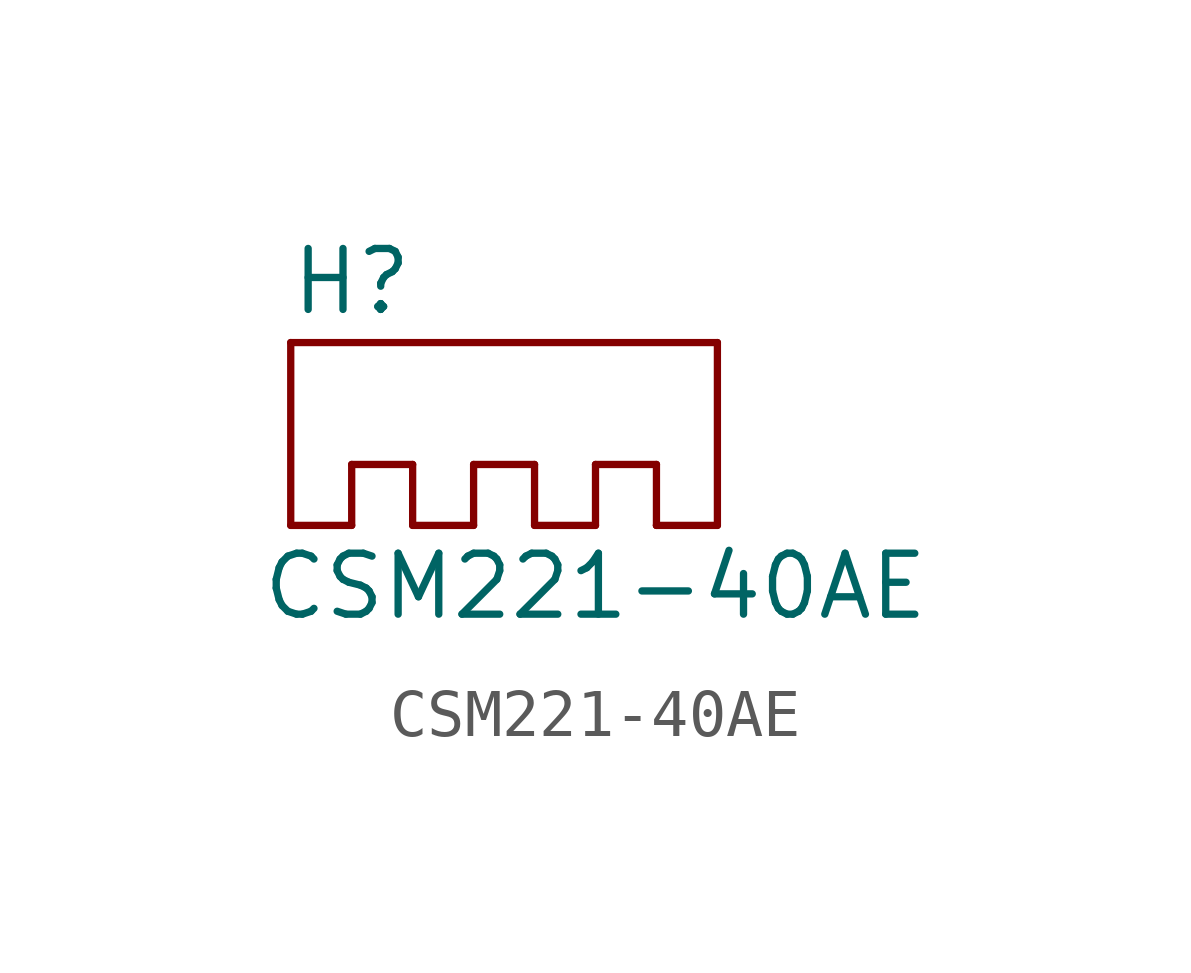
<source format=kicad_sym>
(kicad_symbol_lib
  (version 20211014)
  (generator kicad_symbol_editor)
  (symbol "CSM221-40AE"
    (property "Reference" "H"
      (at -2.54 2.54 0)
      (effects (font (size 1.27 1.27))))
    (property "Value" "CSM221-40AE"
      (at 2.54 -3.81 0)
      (effects (font (size 1.27 1.27))))
    (symbol "CSM221-40AE_0_1"
      (rectangle (start -3.81 -2.54) (end -3.81 1.27) (stroke (width 0.152) (type default) (color 0 0 0 0)) (fill (type none)))
      (rectangle (start -3.81 -2.54) (end -2.54 -2.54) (stroke (width 0.152) (type default) (color 0 0 0 0)) (fill (type none)))
      (rectangle (start -2.54 -2.54) (end -2.54 -1.27) (stroke (width 0.152) (type default) (color 0 0 0 0)) (fill (type none)))
      (rectangle (start -2.54 -1.27) (end -1.27 -1.27) (stroke (width 0.152) (type default) (color 0 0 0 0)) (fill (type none)))
      (rectangle (start -1.27 -1.27) (end -1.27 -2.54) (stroke (width 0.152) (type default) (color 0 0 0 0)) (fill (type none)))
      (rectangle (start 0 -2.54) (end -1.27 -2.54) (stroke (width 0.152) (type default) (color 0 0 0 0)) (fill (type none)))
      (rectangle (start 0 -2.54) (end 0 -1.27) (stroke (width 0.152) (type default) (color 0 0 0 0)) (fill (type none)))
      (rectangle (start 0 -1.27) (end 1.27 -1.27) (stroke (width 0.152) (type default) (color 0 0 0 0)) (fill (type none)))
      (polyline (pts (xy 5.08 -2.54) (xy 5.08 1.27)) (stroke (width 0.152) (type default) (color 0 0 0 0)) (fill (type none)))
      (polyline (pts (xy 5.08 1.27) (xy -3.81 1.27)) (stroke (width 0.152) (type default) (color 0 0 0 0)) (fill (type none)))
      (rectangle (start 1.27 -2.54) (end 2.54 -2.54) (stroke (width 0.152) (type default) (color 0 0 0 0)) (fill (type none)))
      (rectangle (start 1.27 -1.27) (end 1.27 -2.54) (stroke (width 0.152) (type default) (color 0 0 0 0)) (fill (type none)))
      (rectangle (start 2.54 -2.54) (end 2.54 -1.27) (stroke (width 0.152) (type default) (color 0 0 0 0)) (fill (type none)))
      (rectangle (start 2.54 -1.27) (end 3.81 -1.27) (stroke (width 0.152) (type default) (color 0 0 0 0)) (fill (type none)))
      (rectangle (start 3.81 -2.54) (end 3.81 -2.54) (stroke (width 0.152) (type default) (color 0 0 0 0)) (fill (type none)))
      (rectangle (start 3.81 -2.54) (end 5.08 -2.54) (stroke (width 0.152) (type default) (color 0 0 0 0)) (fill (type none)))
      (rectangle (start 3.81 -1.27) (end 3.81 -2.54) (stroke (width 0.152) (type default) (color 0 0 0 0)) (fill (type none))))))
</source>
